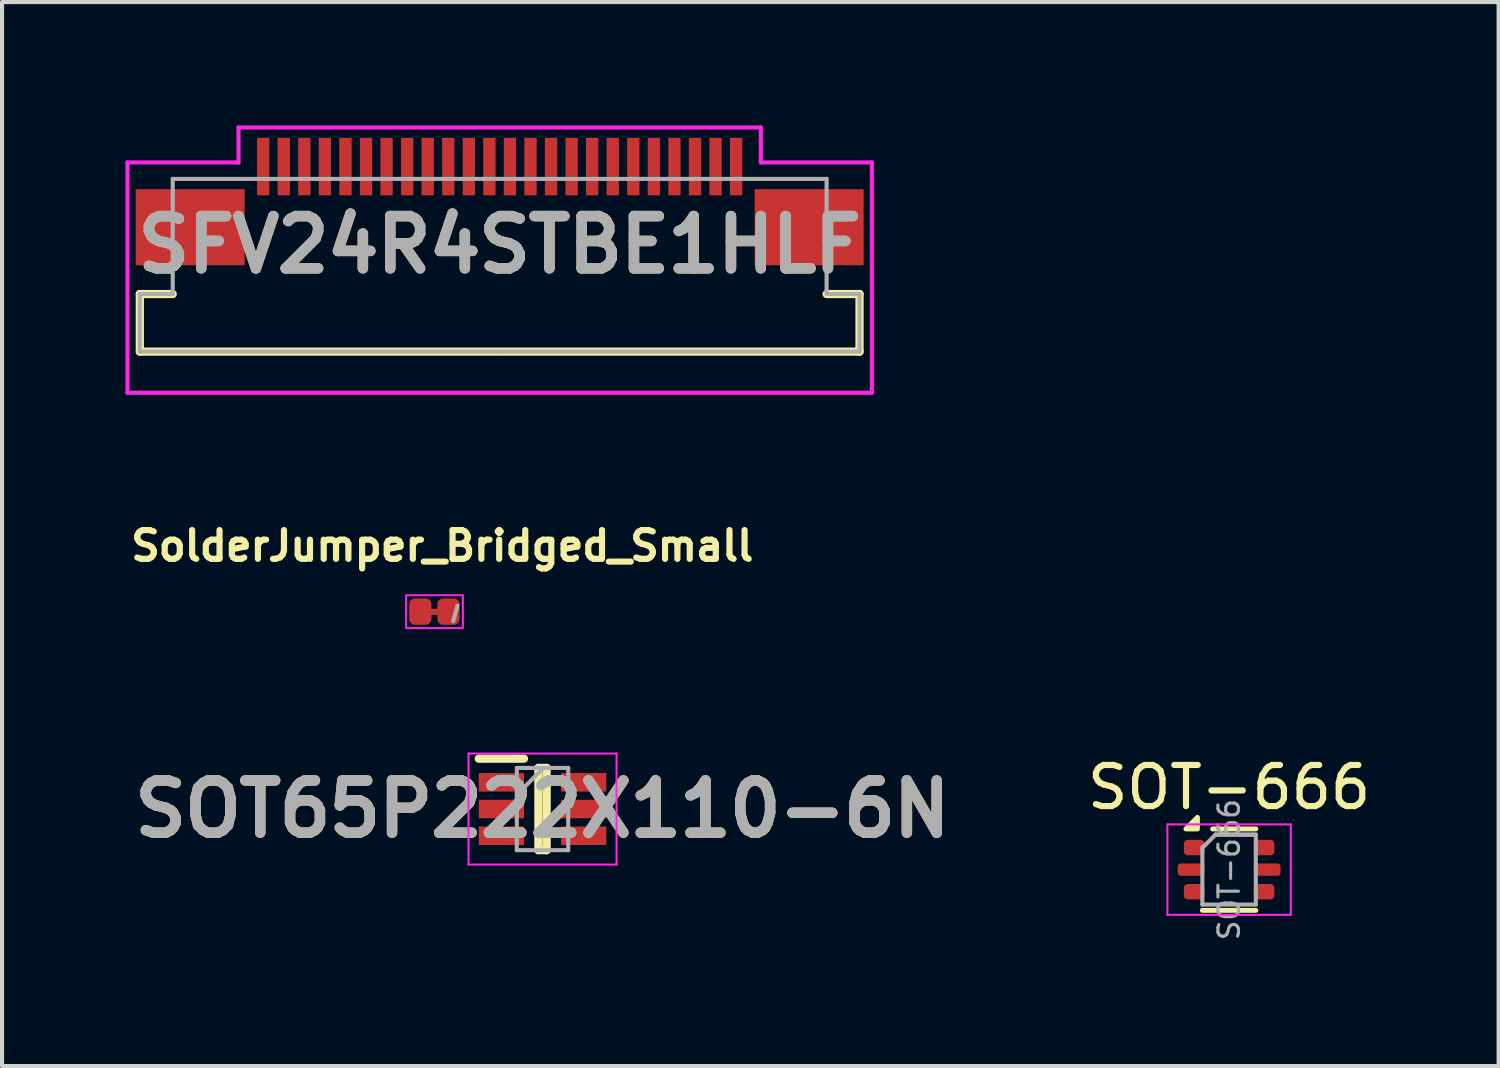
<source format=kicad_pcb>
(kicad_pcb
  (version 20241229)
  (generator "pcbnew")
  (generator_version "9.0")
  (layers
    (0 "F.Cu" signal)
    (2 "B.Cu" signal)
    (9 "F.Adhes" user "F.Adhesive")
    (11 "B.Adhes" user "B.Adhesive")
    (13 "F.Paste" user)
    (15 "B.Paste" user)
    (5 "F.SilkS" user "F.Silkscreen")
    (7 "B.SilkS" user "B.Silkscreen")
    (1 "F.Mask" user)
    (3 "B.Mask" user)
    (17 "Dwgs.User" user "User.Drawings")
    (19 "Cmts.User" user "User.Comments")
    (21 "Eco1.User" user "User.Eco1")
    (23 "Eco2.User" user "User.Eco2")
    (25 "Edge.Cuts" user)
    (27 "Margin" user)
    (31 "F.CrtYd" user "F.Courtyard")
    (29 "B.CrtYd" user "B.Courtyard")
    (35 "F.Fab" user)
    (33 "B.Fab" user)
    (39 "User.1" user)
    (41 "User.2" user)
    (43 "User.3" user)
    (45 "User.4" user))
  (footprint "SFV24R4STBE1HLF"
    (layer "F.Cu")
    (at 9.1 3.25)
    (property "Reference" "SFV24R4STBE1HLF" (at 0 -0.35 0) (layer "F.SilkS") (effects (font (size 1.27 1.27) (thickness 0.254))))
    (attr smd)
    (fp_line (start -8.75 0.85) (end -8.75 2.25) (stroke (width 0.2) (type solid)) (layer "F.SilkS"))
    (fp_line (start -8.75 2.25) (end 8.75 2.25) (stroke (width 0.2) (type solid)) (layer "F.SilkS"))
    (fp_line (start -7.95 0.85) (end -8.75 0.85) (stroke (width 0.2) (type solid)) (layer "F.SilkS"))
    (fp_line (start 8.75 0.85) (end 7.95 0.85) (stroke (width 0.2) (type solid)) (layer "F.SilkS"))
    (fp_line (start 8.75 2.25) (end 8.75 0.85) (stroke (width 0.2) (type solid)) (layer "F.SilkS"))
    (fp_line (start -9.05 3.25) (end -9.05 -2.35) (stroke (width 0.1) (type solid)) (layer "F.CrtYd"))
    (fp_line (start -6.35 -3.2) (end -6.35 -2.35) (stroke (width 0.1) (type default)) (layer "F.CrtYd"))
    (fp_line (start -6.35 -3.2) (end 6.35 -3.2) (stroke (width 0.1) (type solid)) (layer "F.CrtYd"))
    (fp_line (start -6.35 -2.35) (end -9.05 -2.35) (stroke (width 0.1) (type default)) (layer "F.CrtYd"))
    (fp_line (start 6.35 -3.2) (end 6.35 -2.35) (stroke (width 0.1) (type default)) (layer "F.CrtYd"))
    (fp_line (start 6.35 -2.35) (end 9.05 -2.35) (stroke (width 0.1) (type default)) (layer "F.CrtYd"))
    (fp_line (start 9.05 -2.35) (end 9.05 3.25) (stroke (width 0.1) (type solid)) (layer "F.CrtYd"))
    (fp_line (start 9.05 3.25) (end -9.05 3.25) (stroke (width 0.1) (type solid)) (layer "F.CrtYd"))
    (fp_line (start -8.75 0.85) (end -8.75 2.25) (stroke (width 0.1) (type solid)) (layer "F.Fab"))
    (fp_line (start -8.75 2.25) (end 0 2.25) (stroke (width 0.1) (type solid)) (layer "F.Fab"))
    (fp_line (start -7.95 -1.95) (end -7.95 0.85) (stroke (width 0.1) (type solid)) (layer "F.Fab"))
    (fp_line (start -7.95 0.85) (end -8.75 0.85) (stroke (width 0.1) (type solid)) (layer "F.Fab"))
    (fp_line (start 0 2.25) (end 8.75 2.25) (stroke (width 0.1) (type solid)) (layer "F.Fab"))
    (fp_line (start 7.95 -1.95) (end -7.95 -1.95) (stroke (width 0.1) (type solid)) (layer "F.Fab"))
    (fp_line (start 7.95 0.85) (end 7.95 -1.95) (stroke (width 0.1) (type solid)) (layer "F.Fab"))
    (fp_line (start 8.75 0.85) (end 7.95 0.85) (stroke (width 0.1) (type solid)) (layer "F.Fab"))
    (fp_line (start 8.75 2.25) (end 8.75 0.85) (stroke (width 0.1) (type solid)) (layer "F.Fab"))
    (fp_text user "${REFERENCE}" (at 0 -0.35 0) (layer "F.Fab") (effects (font (size 1.27 1.27) (thickness 0.254))))
    (pad "1" smd rect (at -5.75 -2.25) (size 0.3 1.4) (layers "F.Cu" "F.Mask" "F.Paste"))
    (pad "2" smd rect (at -5.25 -2.25) (size 0.3 1.4) (layers "F.Cu" "F.Mask" "F.Paste"))
    (pad "3" smd rect (at -4.75 -2.25) (size 0.3 1.4) (layers "F.Cu" "F.Mask" "F.Paste"))
    (pad "4" smd rect (at -4.25 -2.25) (size 0.3 1.4) (layers "F.Cu" "F.Mask" "F.Paste"))
    (pad "5" smd rect (at -3.75 -2.25) (size 0.3 1.4) (layers "F.Cu" "F.Mask" "F.Paste"))
    (pad "6" smd rect (at -3.25 -2.25) (size 0.3 1.4) (layers "F.Cu" "F.Mask" "F.Paste"))
    (pad "7" smd rect (at -2.75 -2.25) (size 0.3 1.4) (layers "F.Cu" "F.Mask" "F.Paste"))
    (pad "8" smd rect (at -2.25 -2.25) (size 0.3 1.4) (layers "F.Cu" "F.Mask" "F.Paste"))
    (pad "9" smd rect (at -1.75 -2.25) (size 0.3 1.4) (layers "F.Cu" "F.Mask" "F.Paste"))
    (pad "10" smd rect (at -1.25 -2.25) (size 0.3 1.4) (layers "F.Cu" "F.Mask" "F.Paste"))
    (pad "11" smd rect (at -0.75 -2.25) (size 0.3 1.4) (layers "F.Cu" "F.Mask" "F.Paste"))
    (pad "12" smd rect (at -0.25 -2.25) (size 0.3 1.4) (layers "F.Cu" "F.Mask" "F.Paste"))
    (pad "13" smd rect (at 0.25 -2.25) (size 0.3 1.4) (layers "F.Cu" "F.Mask" "F.Paste"))
    (pad "14" smd rect (at 0.75 -2.25) (size 0.3 1.4) (layers "F.Cu" "F.Mask" "F.Paste"))
    (pad "15" smd rect (at 1.25 -2.25) (size 0.3 1.4) (layers "F.Cu" "F.Mask" "F.Paste"))
    (pad "16" smd rect (at 1.75 -2.25) (size 0.3 1.4) (layers "F.Cu" "F.Mask" "F.Paste"))
    (pad "17" smd rect (at 2.25 -2.25) (size 0.3 1.4) (layers "F.Cu" "F.Mask" "F.Paste"))
    (pad "18" smd rect (at 2.75 -2.25) (size 0.3 1.4) (layers "F.Cu" "F.Mask" "F.Paste"))
    (pad "19" smd rect (at 3.25 -2.25) (size 0.3 1.4) (layers "F.Cu" "F.Mask" "F.Paste"))
    (pad "20" smd rect (at 3.75 -2.25) (size 0.3 1.4) (layers "F.Cu" "F.Mask" "F.Paste"))
    (pad "21" smd rect (at 4.25 -2.25) (size 0.3 1.4) (layers "F.Cu" "F.Mask" "F.Paste"))
    (pad "22" smd rect (at 4.75 -2.25) (size 0.3 1.4) (layers "F.Cu" "F.Mask" "F.Paste"))
    (pad "23" smd rect (at 5.25 -2.25) (size 0.3 1.4) (layers "F.Cu" "F.Mask" "F.Paste"))
    (pad "24" smd rect (at 5.75 -2.25) (size 0.3 1.4) (layers "F.Cu" "F.Mask" "F.Paste"))
    (pad "MP1" smd rect (at -7.525 -0.775 90) (size 1.85 2.65) (layers "F.Cu" "F.Mask" "F.Paste"))
    (pad "MP2" smd rect (at 7.525 -0.775 90) (size 1.85 2.65) (layers "F.Cu" "F.Mask" "F.Paste")))
  (footprint "SolderJumper_Bridged_Small"
    (layer "F.Cu")
    (at 7.705 11.823)
    (property "Reference" "SolderJumper_Bridged_Small" (at 0 -1.6 0) (layer "F.SilkS") (effects (font (size 0.7 0.7) (thickness 0.15))))
    (attr exclude_from_pos_files exclude_from_bom)
    (fp_rect (start -0.295 -0.07) (end -0.095 0.08) (stroke (width 0) (type solid)) (fill yes) (layer "F.Cu"))
    (fp_rect (start -0.27 -0.07) (end -0.12 0.08) (stroke (width 0) (type solid)) (fill yes) (layer "F.Mask"))
    (fp_rect (start -0.88 -0.4) (end 0.5 0.4) (stroke (width 0.05) (type default)) (fill no) (layer "F.CrtYd"))
    (fp_line (start 0.369 -0.144) (end 0.265 0.235) (stroke (width 0.1) (type default)) (layer "F.Fab"))
    (pad "1" smd roundrect (at -0.535 0) (size 0.54 0.64) (layers "F.Cu" "F.Mask") (roundrect_rratio 0.25))
    (pad "2" smd roundrect (at 0.15 0) (size 0.54 0.64) (layers "F.Cu" "F.Mask") (roundrect_rratio 0.25)))
  (footprint "SOT-666"
    (layer "F.Cu")
    (at 26.837 18.096)
    (property "Reference" "SOT-666" (at 0 -2 0) (layer "F.SilkS") (effects (font (size 1 1) (thickness 0.15))))
    (attr smd)
    (fp_line (start 0.65 -0.99) (end -0.4 -0.99) (stroke (width 0.12) (type solid)) (layer "F.SilkS"))
    (fp_line (start 0.65 0.99) (end -0.65 0.99) (stroke (width 0.12) (type solid)) (layer "F.SilkS"))
    (fp_poly (pts (xy -0.77 -0.99) (xy -1.05 -0.99) (xy -0.77 -1.27) (xy -0.77 -0.99)) (stroke (width 0.12) (type solid)) (fill yes) (layer "F.SilkS"))
    (fp_line (start -1.5 -1.1) (end -1.5 1.1) (stroke (width 0.05) (type solid)) (layer "F.CrtYd"))
    (fp_line (start -1.5 -1.1) (end 1.5 -1.1) (stroke (width 0.05) (type solid)) (layer "F.CrtYd"))
    (fp_line (start -1.5 1.1) (end 1.5 1.1) (stroke (width 0.05) (type solid)) (layer "F.CrtYd"))
    (fp_line (start 1.5 1.1) (end 1.5 -1.1) (stroke (width 0.05) (type solid)) (layer "F.CrtYd"))
    (fp_line (start -0.65 -0.53) (end -0.65 0.85) (stroke (width 0.1) (type solid)) (layer "F.Fab"))
    (fp_line (start -0.65 -0.53) (end -0.33 -0.85) (stroke (width 0.1) (type solid)) (layer "F.Fab"))
    (fp_line (start 0.65 -0.85) (end -0.33 -0.85) (stroke (width 0.1) (type solid)) (layer "F.Fab"))
    (fp_line (start 0.65 -0.85) (end -0.33 -0.85) (stroke (width 0.1) (type solid)) (layer "F.Fab"))
    (fp_line (start 0.65 -0.85) (end 0.65 0.85) (stroke (width 0.1) (type solid)) (layer "F.Fab"))
    (fp_line (start 0.65 0.85) (end -0.65 0.85) (stroke (width 0.1) (type solid)) (layer "F.Fab"))
    (fp_text user "${REFERENCE}" (at 0 0 90) (layer "F.Fab") (effects (font (size 0.5 0.5) (thickness 0.075))))
    (pad "1" smd roundrect (at -0.85 -0.537) (size 0.5 0.375) (layers "F.Cu" "F.Mask" "F.Paste") (roundrect_rratio 0.25))
    (pad "2" smd roundrect (at -0.925 0) (size 0.65 0.3) (layers "F.Cu" "F.Mask" "F.Paste") (roundrect_rratio 0.25))
    (pad "3" smd roundrect (at -0.85 0.537) (size 0.5 0.375) (layers "F.Cu" "F.Mask" "F.Paste") (roundrect_rratio 0.25))
    (pad "4" smd roundrect (at 0.85 0.537) (size 0.5 0.375) (layers "F.Cu" "F.Mask" "F.Paste") (roundrect_rratio 0.25))
    (pad "5" smd roundrect (at 0.925 0) (size 0.65 0.3) (layers "F.Cu" "F.Mask" "F.Paste") (roundrect_rratio 0.25))
    (pad "6" smd roundrect (at 0.85 -0.537) (size 0.5 0.375) (layers "F.Cu" "F.Mask" "F.Paste") (roundrect_rratio 0.25)))
  (footprint "SOT65P222X110-6N"
    (layer "F.Cu")
    (at 10.142 16.623)
    (property "Reference" "SOT65P222X110-6N" (at 0 0 0) (layer "F.SilkS") (effects (font (size 1.27 1.27) (thickness 0.254))))
    (attr smd)
    (fp_line (start -1.55 -1.225) (end -0.45 -1.225) (stroke (width 0.2) (type solid)) (layer "F.SilkS"))
    (fp_line (start -0.1 -1) (end 0.1 -1) (stroke (width 0.2) (type solid)) (layer "F.SilkS"))
    (fp_line (start -0.1 1) (end -0.1 -1) (stroke (width 0.2) (type solid)) (layer "F.SilkS"))
    (fp_line (start 0.1 -1) (end 0.1 1) (stroke (width 0.2) (type solid)) (layer "F.SilkS"))
    (fp_line (start 0.1 1) (end -0.1 1) (stroke (width 0.2) (type solid)) (layer "F.SilkS"))
    (fp_line (start -1.8 -1.35) (end 1.8 -1.35) (stroke (width 0.05) (type solid)) (layer "F.CrtYd"))
    (fp_line (start -1.8 1.35) (end -1.8 -1.35) (stroke (width 0.05) (type solid)) (layer "F.CrtYd"))
    (fp_line (start 1.8 -1.35) (end 1.8 1.35) (stroke (width 0.05) (type solid)) (layer "F.CrtYd"))
    (fp_line (start 1.8 1.35) (end -1.8 1.35) (stroke (width 0.05) (type solid)) (layer "F.CrtYd"))
    (fp_line (start -0.625 -1) (end 0.625 -1) (stroke (width 0.1) (type solid)) (layer "F.Fab"))
    (fp_line (start -0.625 -0.35) (end 0.025 -1) (stroke (width 0.1) (type solid)) (layer "F.Fab"))
    (fp_line (start -0.625 1) (end -0.625 -1) (stroke (width 0.1) (type solid)) (layer "F.Fab"))
    (fp_line (start 0.625 -1) (end 0.625 1) (stroke (width 0.1) (type solid)) (layer "F.Fab"))
    (fp_line (start 0.625 1) (end -0.625 1) (stroke (width 0.1) (type solid)) (layer "F.Fab"))
    (fp_text user "${REFERENCE}" (at 0 0 0) (layer "F.Fab") (effects (font (size 1.27 1.27) (thickness 0.254))))
    (pad "1" smd rect (at -1 -0.65 90) (size 0.45 1.1) (layers "F.Cu" "F.Mask" "F.Paste"))
    (pad "2" smd rect (at -1 0 90) (size 0.45 1.1) (layers "F.Cu" "F.Mask" "F.Paste"))
    (pad "3" smd rect (at -1 0.65 90) (size 0.45 1.1) (layers "F.Cu" "F.Mask" "F.Paste"))
    (pad "4" smd rect (at 1 0.65 90) (size 0.45 1.1) (layers "F.Cu" "F.Mask" "F.Paste"))
    (pad "5" smd rect (at 1 0 90) (size 0.45 1.1) (layers "F.Cu" "F.Mask" "F.Paste"))
    (pad "6" smd rect (at 1 -0.65 90) (size 0.45 1.1) (layers "F.Cu" "F.Mask" "F.Paste")))
  (gr_rect
    (start -3 -3)
    (end 33.391 22.873)
    (stroke (width 0.1) (type default))
    (fill no)
    (layer "Edge.Cuts")))
</source>
